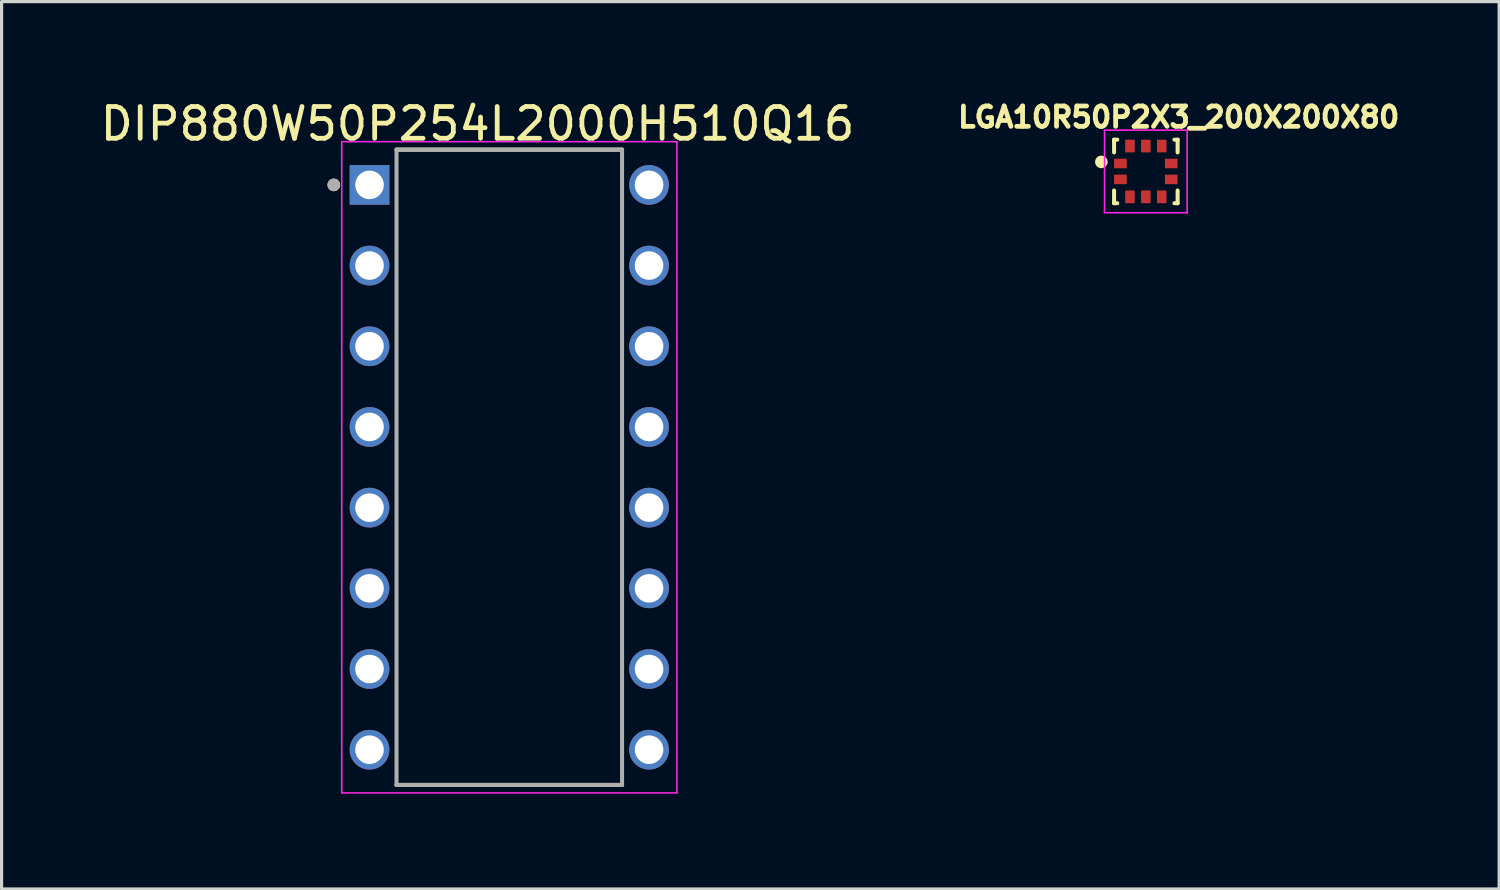
<source format=kicad_pcb>
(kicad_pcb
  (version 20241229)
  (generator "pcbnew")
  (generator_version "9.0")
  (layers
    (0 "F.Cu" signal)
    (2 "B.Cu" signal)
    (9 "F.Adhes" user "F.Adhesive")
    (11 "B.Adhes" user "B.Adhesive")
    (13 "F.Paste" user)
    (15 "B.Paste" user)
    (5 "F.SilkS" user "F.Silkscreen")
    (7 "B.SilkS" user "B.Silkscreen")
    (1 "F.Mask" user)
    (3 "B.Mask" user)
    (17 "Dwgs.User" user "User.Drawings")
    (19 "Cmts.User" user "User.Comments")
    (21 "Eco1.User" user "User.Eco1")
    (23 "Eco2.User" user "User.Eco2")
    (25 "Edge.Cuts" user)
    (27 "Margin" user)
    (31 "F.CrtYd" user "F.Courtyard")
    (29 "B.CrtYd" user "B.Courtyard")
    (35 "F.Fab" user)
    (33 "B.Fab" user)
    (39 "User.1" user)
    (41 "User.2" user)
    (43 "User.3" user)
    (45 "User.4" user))
  (footprint "LGA10R50P2X3_200X200X80"
    (layer "F.Cu")
    (at 33.02 2.347)
    (property "Reference" "LGA10R50P2X3_200X200X80" (at 1.034 -1.709 0) (layer "F.SilkS") (effects (font (size 0.641 0.641) (thickness 0.15))))
    (attr smd)
    (fp_line (start -1 -1) (end -1 -0.6) (stroke (width 0.127) (type solid)) (layer "F.SilkS"))
    (fp_line (start -1 0.6) (end -1 1) (stroke (width 0.127) (type solid)) (layer "F.SilkS"))
    (fp_line (start -0.9 -1) (end -1 -1) (stroke (width 0.127) (type solid)) (layer "F.SilkS"))
    (fp_line (start -0.9 1) (end -1 1) (stroke (width 0.127) (type solid)) (layer "F.SilkS"))
    (fp_line (start 0.9 1) (end 1 1) (stroke (width 0.127) (type solid)) (layer "F.SilkS"))
    (fp_line (start 1 -1) (end 0.9 -1) (stroke (width 0.127) (type solid)) (layer "F.SilkS"))
    (fp_line (start 1 -1) (end 1 -0.6) (stroke (width 0.127) (type solid)) (layer "F.SilkS"))
    (fp_line (start 1 1) (end 1 0.6) (stroke (width 0.127) (type solid)) (layer "F.SilkS"))
    (fp_circle (center -1.4 -0.3) (end -1.3 -0.3) (stroke (width 0.2) (type solid)) (fill no) (layer "F.SilkS"))
    (fp_line (start -1.3 -1.3) (end 1.3 -1.3) (stroke (width 0.05) (type solid)) (layer "F.CrtYd"))
    (fp_line (start -1.3 1.3) (end -1.3 -1.3) (stroke (width 0.05) (type solid)) (layer "F.CrtYd"))
    (fp_line (start 1.3 -1.3) (end 1.3 1.3) (stroke (width 0.05) (type solid)) (layer "F.CrtYd"))
    (fp_line (start 1.3 1.3) (end -1.3 1.3) (stroke (width 0.05) (type solid)) (layer "F.CrtYd"))
    (pad "1" smd rect (at -0.8 -0.25) (size 0.4 0.3) (layers "F.Cu" "F.Mask" "F.Paste"))
    (pad "2" smd rect (at -0.8 0.25) (size 0.4 0.3) (layers "F.Cu" "F.Mask" "F.Paste"))
    (pad "3" smd rect (at -0.5 0.8) (size 0.3 0.4) (layers "F.Cu" "F.Mask" "F.Paste"))
    (pad "4" smd rect (at 0 0.8) (size 0.3 0.4) (layers "F.Cu" "F.Mask" "F.Paste"))
    (pad "5" smd rect (at 0.5 0.8) (size 0.3 0.4) (layers "F.Cu" "F.Mask" "F.Paste"))
    (pad "6" smd rect (at 0.8 0.25) (size 0.4 0.3) (layers "F.Cu" "F.Mask" "F.Paste"))
    (pad "7" smd rect (at 0.8 -0.25) (size 0.4 0.3) (layers "F.Cu" "F.Mask" "F.Paste"))
    (pad "8" smd rect (at 0.5 -0.8) (size 0.3 0.4) (layers "F.Cu" "F.Mask" "F.Paste"))
    (pad "9" smd rect (at 0 -0.8) (size 0.3 0.4) (layers "F.Cu" "F.Mask" "F.Paste"))
    (pad "10" smd rect (at -0.5 -0.8) (size 0.3 0.4) (layers "F.Cu" "F.Mask" "F.Paste")))
  (footprint "DIP880W50P254L2000H510Q16"
    (layer "F.Cu")
    (at 12.982 11.66)
    (property "Reference" "DIP880W50P254L2000H510Q16" (at -1 -10.812 0) (layer "F.SilkS") (effects (font (size 1 1) (thickness 0.15))))
    (attr through_hole)
    (fp_line (start -3.55 -10) (end 3.55 -10) (stroke (width 0.127) (type solid)) (layer "F.SilkS"))
    (fp_line (start -3.55 10) (end 3.55 10) (stroke (width 0.127) (type solid)) (layer "F.SilkS"))
    (fp_circle (center -5.525 -8.89) (end -5.425 -8.89) (stroke (width 0.2) (type solid)) (fill no) (layer "F.SilkS"))
    (fp_line (start -5.275 -10.25) (end -5.275 10.25) (stroke (width 0.05) (type solid)) (layer "F.CrtYd"))
    (fp_line (start 5.275 -10.25) (end -5.275 -10.25) (stroke (width 0.05) (type solid)) (layer "F.CrtYd"))
    (fp_line (start 5.275 -10.25) (end 5.275 10.25) (stroke (width 0.05) (type solid)) (layer "F.CrtYd"))
    (fp_line (start 5.275 10.25) (end -5.275 10.25) (stroke (width 0.05) (type solid)) (layer "F.CrtYd"))
    (fp_line (start -3.55 -10) (end -3.55 10) (stroke (width 0.127) (type solid)) (layer "F.Fab"))
    (fp_line (start -3.55 -10) (end 3.55 -10) (stroke (width 0.127) (type solid)) (layer "F.Fab"))
    (fp_line (start -3.55 10) (end 3.55 10) (stroke (width 0.127) (type solid)) (layer "F.Fab"))
    (fp_line (start 3.55 -10) (end 3.55 10) (stroke (width 0.127) (type solid)) (layer "F.Fab"))
    (fp_circle (center -5.525 -8.89) (end -5.425 -8.89) (stroke (width 0.2) (type solid)) (fill no) (layer "F.Fab"))
    (pad "1" thru_hole rect (at -4.4 -8.89) (size 1.25 1.25) (drill 0.9) (layers "*.Cu" "*.Mask"))
    (pad "2" thru_hole circle (at -4.4 -6.35) (size 1.25 1.25) (drill 0.9) (layers "*.Cu" "*.Mask"))
    (pad "3" thru_hole circle (at -4.4 -3.81) (size 1.25 1.25) (drill 0.9) (layers "*.Cu" "*.Mask"))
    (pad "4" thru_hole circle (at -4.4 -1.27) (size 1.25 1.25) (drill 0.9) (layers "*.Cu" "*.Mask"))
    (pad "5" thru_hole circle (at -4.4 1.27) (size 1.25 1.25) (drill 0.9) (layers "*.Cu" "*.Mask"))
    (pad "6" thru_hole circle (at -4.4 3.81) (size 1.25 1.25) (drill 0.9) (layers "*.Cu" "*.Mask"))
    (pad "7" thru_hole circle (at -4.4 6.35) (size 1.25 1.25) (drill 0.9) (layers "*.Cu" "*.Mask"))
    (pad "8" thru_hole circle (at -4.4 8.89) (size 1.25 1.25) (drill 0.9) (layers "*.Cu" "*.Mask"))
    (pad "9" thru_hole circle (at 4.4 8.89) (size 1.25 1.25) (drill 0.9) (layers "*.Cu" "*.Mask"))
    (pad "10" thru_hole circle (at 4.4 6.35) (size 1.25 1.25) (drill 0.9) (layers "*.Cu" "*.Mask"))
    (pad "11" thru_hole circle (at 4.4 3.81) (size 1.25 1.25) (drill 0.9) (layers "*.Cu" "*.Mask"))
    (pad "12" thru_hole circle (at 4.4 1.27) (size 1.25 1.25) (drill 0.9) (layers "*.Cu" "*.Mask"))
    (pad "13" thru_hole circle (at 4.4 -1.27) (size 1.25 1.25) (drill 0.9) (layers "*.Cu" "*.Mask"))
    (pad "14" thru_hole circle (at 4.4 -3.81) (size 1.25 1.25) (drill 0.9) (layers "*.Cu" "*.Mask"))
    (pad "15" thru_hole circle (at 4.4 -6.35) (size 1.25 1.25) (drill 0.9) (layers "*.Cu" "*.Mask"))
    (pad "16" thru_hole circle (at 4.4 -8.89) (size 1.25 1.25) (drill 0.9) (layers "*.Cu" "*.Mask")))
  (gr_rect
    (start -3 -3)
    (end 44.142 24.935)
    (stroke (width 0.1) (type default))
    (fill no)
    (layer "Edge.Cuts")))
</source>
